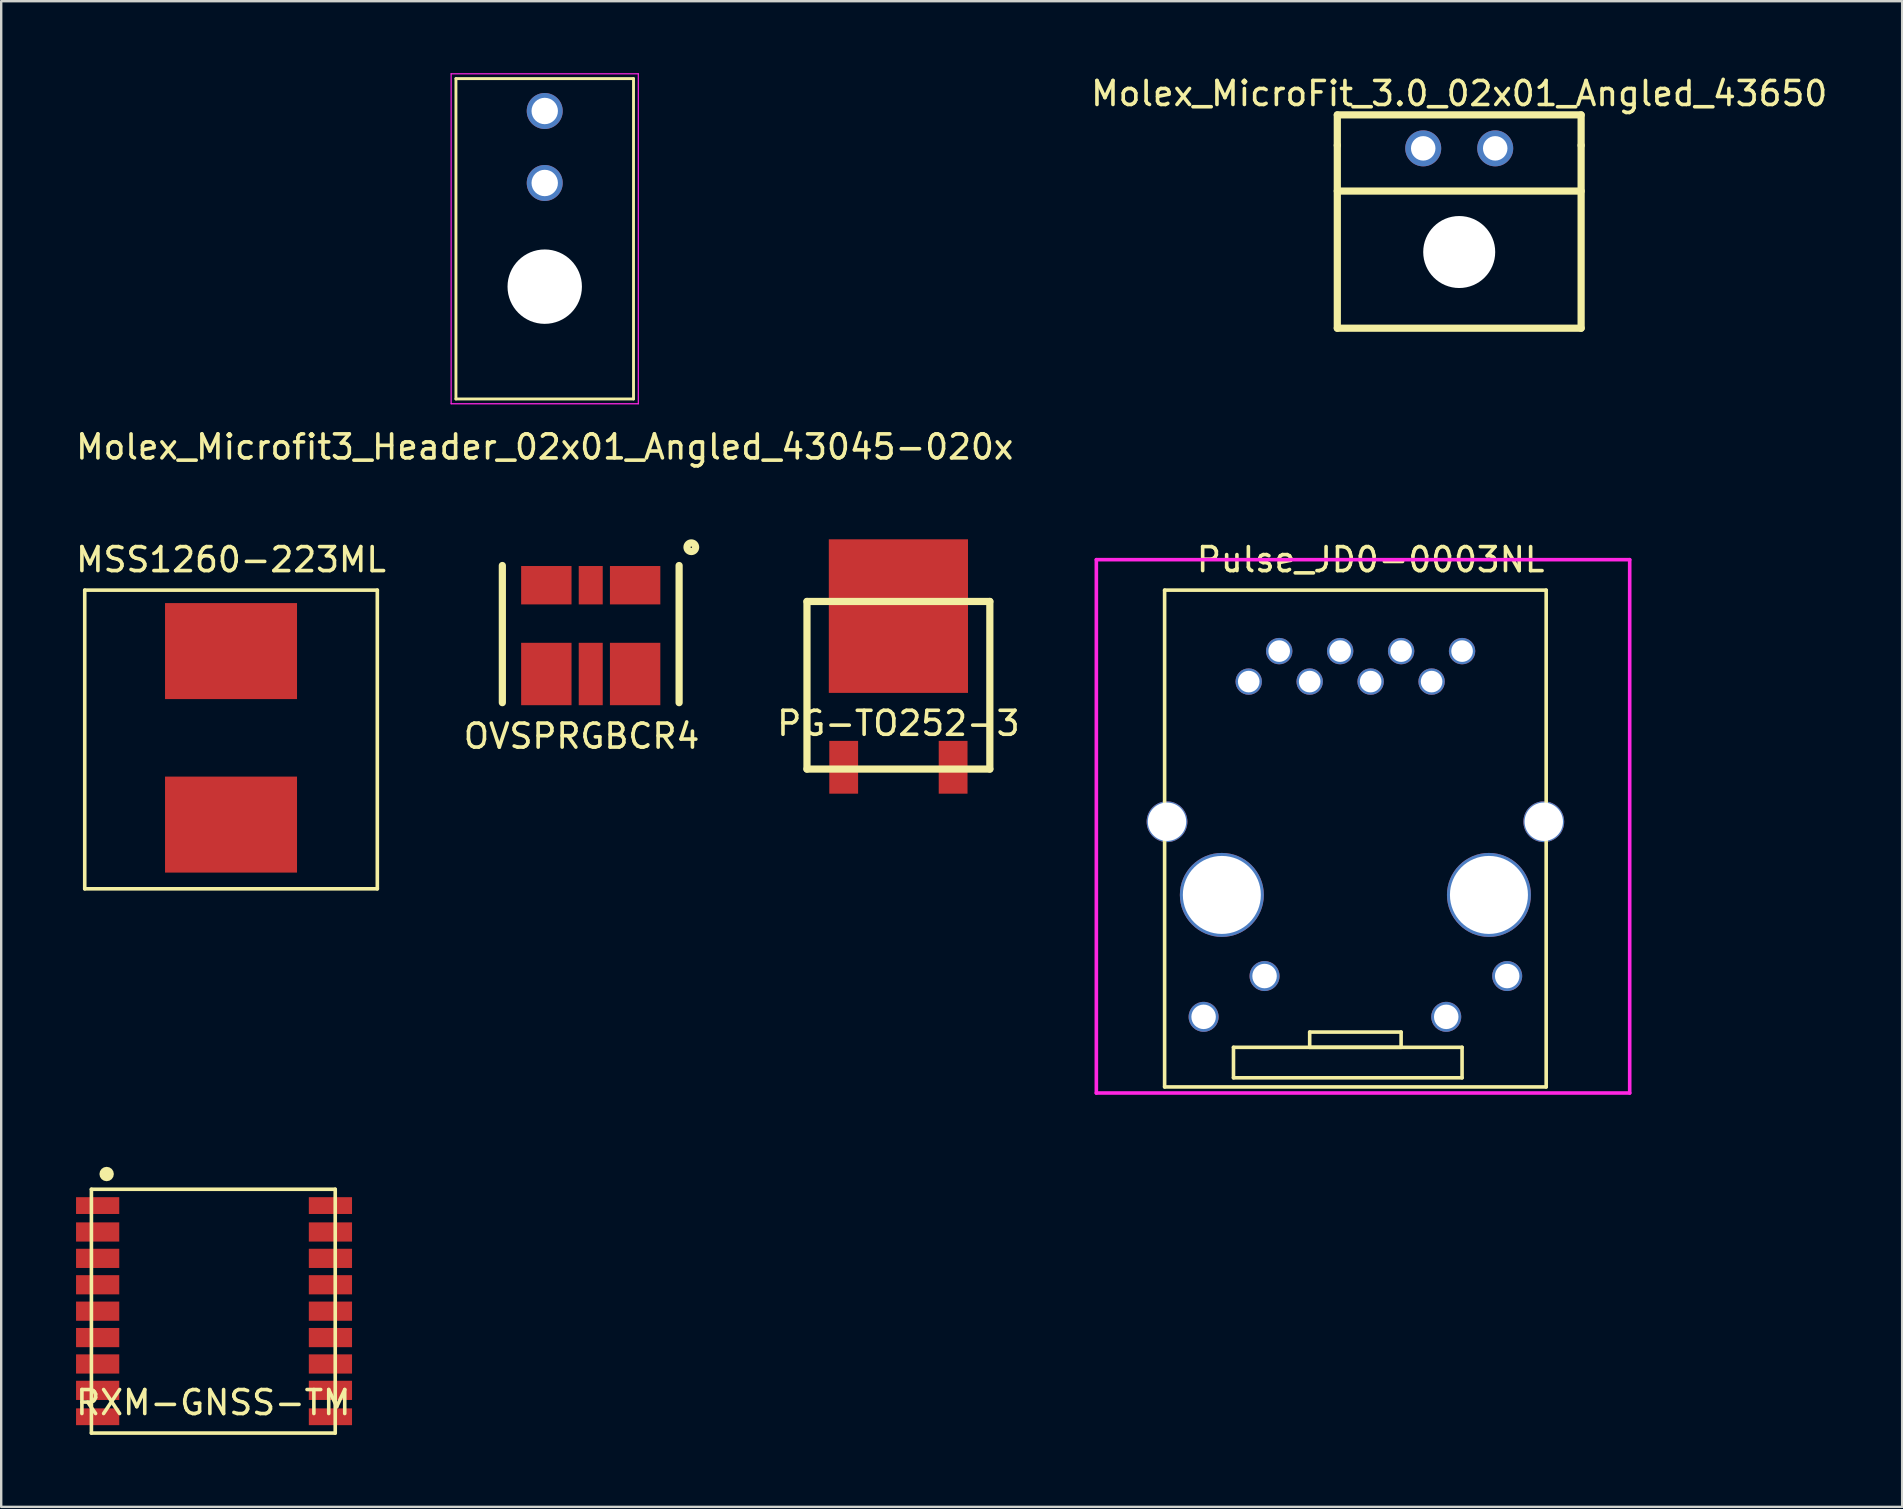
<source format=kicad_pcb>
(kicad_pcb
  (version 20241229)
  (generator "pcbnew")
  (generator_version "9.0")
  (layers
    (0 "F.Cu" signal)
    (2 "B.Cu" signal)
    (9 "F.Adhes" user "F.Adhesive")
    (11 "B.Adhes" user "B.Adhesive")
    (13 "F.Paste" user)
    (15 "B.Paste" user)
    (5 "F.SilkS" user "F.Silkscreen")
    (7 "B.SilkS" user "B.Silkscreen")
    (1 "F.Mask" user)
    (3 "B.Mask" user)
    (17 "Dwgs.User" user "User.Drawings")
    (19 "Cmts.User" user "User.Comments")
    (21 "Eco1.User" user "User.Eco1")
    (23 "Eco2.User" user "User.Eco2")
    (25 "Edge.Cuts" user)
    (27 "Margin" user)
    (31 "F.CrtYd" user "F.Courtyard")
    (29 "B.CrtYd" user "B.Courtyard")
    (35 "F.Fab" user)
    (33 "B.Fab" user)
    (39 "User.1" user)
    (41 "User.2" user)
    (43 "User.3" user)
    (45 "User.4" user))
  (footprint "Molex_MicroFit_3.0_02x01_Angled_43650"
    (layer "F.Cu")
    (at 57.756 7.452)
    (property "Reference" "Molex_MicroFit_3.0_02x01_Angled_43650" (at 0 -6.604 0) (layer "F.SilkS") (effects (font (size 1 1) (thickness 0.15))))
    (attr through_hole)
    (fp_line (start -5.08 -5.715) (end -5.08 -4.445) (stroke (width 0.3) (type solid)) (layer "F.SilkS"))
    (fp_line (start -5.08 -4.445) (end -5.08 3.175) (stroke (width 0.3) (type solid)) (layer "F.SilkS"))
    (fp_line (start -5.08 -2.54) (end 5.08 -2.54) (stroke (width 0.3) (type solid)) (layer "F.SilkS"))
    (fp_line (start -5.08 3.175) (end 5.08 3.175) (stroke (width 0.3) (type solid)) (layer "F.SilkS"))
    (fp_line (start 5.08 -5.715) (end -5.08 -5.715) (stroke (width 0.3) (type solid)) (layer "F.SilkS"))
    (fp_line (start 5.08 -4.445) (end 5.08 -5.715) (stroke (width 0.3) (type solid)) (layer "F.SilkS"))
    (fp_line (start 5.08 3.175) (end 5.08 -4.445) (stroke (width 0.3) (type solid)) (layer "F.SilkS"))
    (pad "" np_thru_hole circle (at 0 0) (size 3 3) (drill 3) (layers "*.Cu" "*.Mask"))
    (pad "1" thru_hole circle (at -1.5 -4.32) (size 1.5 1.5) (drill 1.02) (layers "*.Cu" "*.Mask"))
    (pad "2" thru_hole circle (at 1.5 -4.32) (size 1.5 1.5) (drill 1.02) (layers "*.Cu" "*.Mask")))
  (footprint "OVSPRGBCR4"
    (layer "F.Cu")
    (at 21.566 23.436)
    (property "Reference" "OVSPRGBCR4" (at -0.381 4.191 0) (layer "F.SilkS") (effects (font (size 1 1) (thickness 0.15))))
    (attr through_hole)
    (fp_line (start -3.683 -2.921) (end -3.683 2.794) (stroke (width 0.3) (type solid)) (layer "F.SilkS"))
    (fp_line (start 3.683 -2.921) (end 3.683 2.794) (stroke (width 0.3) (type solid)) (layer "F.SilkS"))
    (fp_circle (center 4.191 -3.683) (end 4.318 -3.81) (stroke (width 0.3) (type solid)) (fill no) (layer "F.SilkS"))
    (pad "1" smd rect (at 1.85 -2.1) (size 2.1 1.6) (layers "F.Cu" "F.Mask"))
    (pad "2" smd rect (at 0 -2.1) (size 1 1.6) (layers "F.Cu" "F.Mask"))
    (pad "3" smd rect (at -1.85 -2.1) (size 2.1 1.6) (layers "F.Cu" "F.Mask"))
    (pad "4" smd rect (at -1.85 1.6) (size 2.1 2.6) (layers "F.Cu" "F.Mask"))
    (pad "5" smd rect (at 0 1.6) (size 1 2.6) (layers "F.Cu" "F.Mask"))
    (pad "6" smd rect (at 1.85 1.6) (size 2.1 2.6) (layers "F.Cu" "F.Mask")))
  (footprint "PG-TO252-3"
    (layer "F.Cu")
    (at 34.387 25.823)
    (property "Reference" "PG-TO252-3" (at 0 1.27 0) (layer "F.SilkS") (effects (font (size 1 1) (thickness 0.15))))
    (attr through_hole)
    (fp_line (start -3.81 -3.81) (end 3.81 -3.81) (stroke (width 0.3) (type solid)) (layer "F.SilkS"))
    (fp_line (start -3.81 3.175) (end -3.81 -3.81) (stroke (width 0.3) (type solid)) (layer "F.SilkS"))
    (fp_line (start 3.81 -3.81) (end 3.81 3.175) (stroke (width 0.3) (type solid)) (layer "F.SilkS"))
    (fp_line (start 3.81 3.175) (end -3.81 3.175) (stroke (width 0.3) (type solid)) (layer "F.SilkS"))
    (pad "1" smd rect (at -2.28 3.1) (size 1.2 2.2) (layers "F.Cu" "F.Mask" "F.Paste"))
    (pad "2" smd rect (at 0 -3.2) (size 5.8 6.4) (layers "F.Cu" "F.Mask" "F.Paste"))
    (pad "3" smd rect (at 2.28 3.1) (size 1.2 2.2) (layers "F.Cu" "F.Mask" "F.Paste")))
  (footprint "RXM-GNSS-TM"
    (layer "F.Cu")
    (at 5.839 51.587)
    (property "Reference" "RXM-GNSS-TM" (at 0 3.81 0) (layer "F.SilkS") (effects (font (size 1 1) (thickness 0.15))))
    (attr through_hole)
    (fp_line (start -5.08 -5.08) (end -5.08 5.08) (stroke (width 0.15) (type solid)) (layer "F.SilkS"))
    (fp_line (start -5.08 5.08) (end 5.08 5.08) (stroke (width 0.15) (type solid)) (layer "F.SilkS"))
    (fp_line (start 5.08 -5.08) (end -5.08 -5.08) (stroke (width 0.15) (type solid)) (layer "F.SilkS"))
    (fp_line (start 5.08 5.08) (end 5.08 -5.08) (stroke (width 0.15) (type solid)) (layer "F.SilkS"))
    (fp_circle (center -4.445 -5.715) (end -4.445 -5.865) (stroke (width 0.3) (type solid)) (fill no) (layer "F.SilkS"))
    (pad "1" smd rect (at -4.82 -4.4) (size 1.8 0.7) (layers "F.Cu" "F.Mask" "F.Paste"))
    (pad "2" smd rect (at -4.82 -3.3) (size 1.8 0.8) (layers "F.Cu" "F.Mask" "F.Paste"))
    (pad "3" smd rect (at -4.82 -2.2) (size 1.8 0.8) (layers "F.Cu" "F.Mask" "F.Paste"))
    (pad "4" smd rect (at -4.82 -1.1) (size 1.8 0.8) (layers "F.Cu" "F.Mask" "F.Paste"))
    (pad "5" smd rect (at -4.82 0) (size 1.8 0.8) (layers "F.Cu" "F.Mask" "F.Paste"))
    (pad "6" smd rect (at -4.82 1.1) (size 1.8 0.8) (layers "F.Cu" "F.Mask" "F.Paste"))
    (pad "7" smd rect (at -4.82 2.2) (size 1.8 0.8) (layers "F.Cu" "F.Mask" "F.Paste"))
    (pad "8" smd rect (at -4.82 3.3) (size 1.8 0.8) (layers "F.Cu" "F.Mask" "F.Paste"))
    (pad "9" smd rect (at -4.82 4.4) (size 1.8 0.7) (layers "F.Cu" "F.Mask" "F.Paste"))
    (pad "10" smd rect (at 4.88 4.4) (size 1.8 0.7) (layers "F.Cu" "F.Mask" "F.Paste"))
    (pad "11" smd rect (at 4.88 3.3) (size 1.8 0.8) (layers "F.Cu" "F.Mask" "F.Paste"))
    (pad "12" smd rect (at 4.88 2.2) (size 1.8 0.8) (layers "F.Cu" "F.Mask" "F.Paste"))
    (pad "13" smd rect (at 4.88 1.1) (size 1.8 0.8) (layers "F.Cu" "F.Mask" "F.Paste"))
    (pad "14" smd rect (at 4.88 0) (size 1.8 0.8) (layers "F.Cu" "F.Mask" "F.Paste"))
    (pad "15" smd rect (at 4.88 -1.1) (size 1.8 0.8) (layers "F.Cu" "F.Mask" "F.Paste"))
    (pad "16" smd rect (at 4.88 -2.2) (size 1.8 0.8) (layers "F.Cu" "F.Mask" "F.Paste"))
    (pad "17" smd rect (at 4.88 -3.3) (size 1.8 0.8) (layers "F.Cu" "F.Mask" "F.Paste"))
    (pad "18" smd rect (at 4.88 -4.4) (size 1.8 0.7) (layers "F.Cu" "F.Mask" "F.Paste")))
  (footprint "MSS1260-223ML"
    (layer "F.Cu")
    (at 6.577 22.811)
    (property "Reference" "MSS1260-223ML" (at 0 -2.54 0) (layer "F.SilkS") (effects (font (size 1 1) (thickness 0.15))))
    (attr through_hole)
    (fp_line (start -6.096 -1.27) (end 6.096 -1.27) (stroke (width 0.15) (type solid)) (layer "F.SilkS"))
    (fp_line (start -6.096 11.176) (end -6.096 -1.27) (stroke (width 0.15) (type solid)) (layer "F.SilkS"))
    (fp_line (start 6.096 11.176) (end -6.096 11.176) (stroke (width 0.15) (type solid)) (layer "F.SilkS"))
    (fp_line (start 6.096 11.176) (end 6.096 -1.27) (stroke (width 0.15) (type solid)) (layer "F.SilkS"))
    (pad "1" smd rect (at 0 8.5) (size 5.5 4) (layers "F.Cu" "F.Mask" "F.Paste"))
    (pad "2" smd rect (at 0 1.27) (size 5.5 4) (layers "F.Cu" "F.Mask" "F.Paste")))
  (footprint "Molex_Microfit3_Header_02x01_Angled_43045-020x"
    (layer "F.Cu")
    (at 19.649 4.575)
    (property "Reference" "Molex_Microfit3_Header_02x01_Angled_43045-020x" (at 0 11 0) (layer "F.SilkS") (effects (font (size 1 1) (thickness 0.15))))
    (attr through_hole)
    (fp_line (start -3.7 -4.35) (end 3.7 -4.35) (stroke (width 0.12) (type solid)) (layer "F.SilkS"))
    (fp_line (start -3.7 9) (end -3.7 -4.35) (stroke (width 0.12) (type solid)) (layer "F.SilkS"))
    (fp_line (start 3.7 -4.35) (end 3.7 9) (stroke (width 0.12) (type solid)) (layer "F.SilkS"))
    (fp_line (start 3.7 9) (end -3.7 9) (stroke (width 0.12) (type solid)) (layer "F.SilkS"))
    (fp_line (start -3.9 -4.55) (end -3.9 9.2) (stroke (width 0.05) (type solid)) (layer "F.CrtYd"))
    (fp_line (start -3.9 9.2) (end 3.9 9.2) (stroke (width 0.05) (type solid)) (layer "F.CrtYd"))
    (fp_line (start 3.9 -4.55) (end -3.9 -4.55) (stroke (width 0.05) (type solid)) (layer "F.CrtYd"))
    (fp_line (start 3.9 9.2) (end 3.9 -4.55) (stroke (width 0.05) (type solid)) (layer "F.CrtYd"))
    (pad "" np_thru_hole circle (at 0 4.32) (size 3.1 3.1) (drill 3.1) (layers "*.Cu" "*.Mask"))
    (pad "1" thru_hole circle (at 0 0) (size 1.5 1.5) (drill 1.1) (layers "*.Cu" "*.Mask"))
    (pad "2" thru_hole circle (at 0 -3) (size 1.5 1.5) (drill 1.1) (layers "*.Cu" "*.Mask")))
  (footprint "Pulse_JD0-0003NL"
    (layer "F.Cu")
    (at 53.43 34.242)
    (property "Reference" "Pulse_JD0-0003NL" (at 0.635 -13.97 0) (layer "F.SilkS") (effects (font (size 1 1) (thickness 0.15))))
    (attr through_hole)
    (fp_line (start -7.95 -12.7) (end -7.95 8) (stroke (width 0.15) (type solid)) (layer "F.SilkS"))
    (fp_line (start -7.95 -12.7) (end 7.95 -12.7) (stroke (width 0.15) (type solid)) (layer "F.SilkS"))
    (fp_line (start -7.95 8) (end 7.95 8) (stroke (width 0.15) (type solid)) (layer "F.SilkS"))
    (fp_line (start -5.08 6.35) (end -5.08 7.62) (stroke (width 0.15) (type solid)) (layer "F.SilkS"))
    (fp_line (start -5.08 7.62) (end 4.445 7.62) (stroke (width 0.15) (type solid)) (layer "F.SilkS"))
    (fp_line (start -1.905 5.715) (end 1.905 5.715) (stroke (width 0.15) (type solid)) (layer "F.SilkS"))
    (fp_line (start -1.905 6.35) (end -1.905 5.715) (stroke (width 0.15) (type solid)) (layer "F.SilkS"))
    (fp_line (start 1.905 5.715) (end 1.905 6.35) (stroke (width 0.15) (type solid)) (layer "F.SilkS"))
    (fp_line (start 1.905 6.35) (end -1.905 6.35) (stroke (width 0.15) (type solid)) (layer "F.SilkS"))
    (fp_line (start 4.445 6.35) (end -5.08 6.35) (stroke (width 0.15) (type solid)) (layer "F.SilkS"))
    (fp_line (start 4.445 7.62) (end 4.445 6.35) (stroke (width 0.15) (type solid)) (layer "F.SilkS"))
    (fp_line (start 7.95 -12.7) (end 7.95 8) (stroke (width 0.15) (type solid)) (layer "F.SilkS"))
    (fp_line (start -10.795 -13.97) (end 11.43 -13.97) (stroke (width 0.15) (type solid)) (layer "F.CrtYd"))
    (fp_line (start -10.795 8.255) (end -10.795 -13.97) (stroke (width 0.15) (type solid)) (layer "F.CrtYd"))
    (fp_line (start 11.43 -13.97) (end 11.43 8.255) (stroke (width 0.15) (type solid)) (layer "F.CrtYd"))
    (fp_line (start 11.43 8.255) (end -10.795 8.255) (stroke (width 0.15) (type solid)) (layer "F.CrtYd"))
    (pad "1" thru_hole circle (at -4.445 -8.89) (size 1.1 1.1) (drill 0.9) (layers "*.Cu" "*.Mask"))
    (pad "2" thru_hole circle (at -3.175 -10.16) (size 1.1 1.1) (drill 0.9) (layers "*.Cu" "*.Mask"))
    (pad "3" thru_hole circle (at -1.905 -8.89) (size 1.1 1.1) (drill 0.9) (layers "*.Cu" "*.Mask"))
    (pad "4" thru_hole circle (at -0.635 -10.16) (size 1.1 1.1) (drill 0.9) (layers "*.Cu" "*.Mask"))
    (pad "5" thru_hole circle (at 0.635 -8.89) (size 1.1 1.1) (drill 0.9) (layers "*.Cu" "*.Mask"))
    (pad "6" thru_hole circle (at 1.905 -10.16) (size 1.1 1.1) (drill 0.9) (layers "*.Cu" "*.Mask"))
    (pad "7" thru_hole circle (at 3.175 -8.89) (size 1.1 1.1) (drill 0.9) (layers "*.Cu" "*.Mask"))
    (pad "8" thru_hole circle (at 4.445 -10.16) (size 1.1 1.1) (drill 0.9) (layers "*.Cu" "*.Mask"))
    (pad "9" thru_hole circle (at -6.325 5.08) (size 1.25 1.25) (drill 1.02) (layers "*.Cu" "*.Mask"))
    (pad "10" thru_hole circle (at -3.785 3.38) (size 1.25 1.25) (drill 1.02) (layers "*.Cu" "*.Mask"))
    (pad "11" thru_hole circle (at 3.785 5.08) (size 1.25 1.25) (drill 1.02) (layers "*.Cu" "*.Mask"))
    (pad "12" thru_hole circle (at 6.325 3.38) (size 1.25 1.25) (drill 1.02) (layers "*.Cu" "*.Mask"))
    (pad "13" thru_hole circle (at -7.85 -3.05) (size 1.7 1.7) (drill 1.6) (layers "*.Cu" "*.Mask"))
    (pad "14" thru_hole circle (at 7.85 -3.05) (size 1.7 1.7) (drill 1.6) (layers "*.Cu" "*.Mask"))
    (pad "15" thru_hole circle (at -5.565 0) (size 3.5 3.5) (drill 3.25) (layers "*.Cu" "*.Mask"))
    (pad "16" thru_hole circle (at 5.565 0) (size 3.5 3.5) (drill 3.25) (layers "*.Cu" "*.Mask")))
  (gr_rect
    (start -3 -3)
    (end 76.214 59.742)
    (stroke (width 0.1) (type default))
    (fill no)
    (layer "Edge.Cuts")))
</source>
